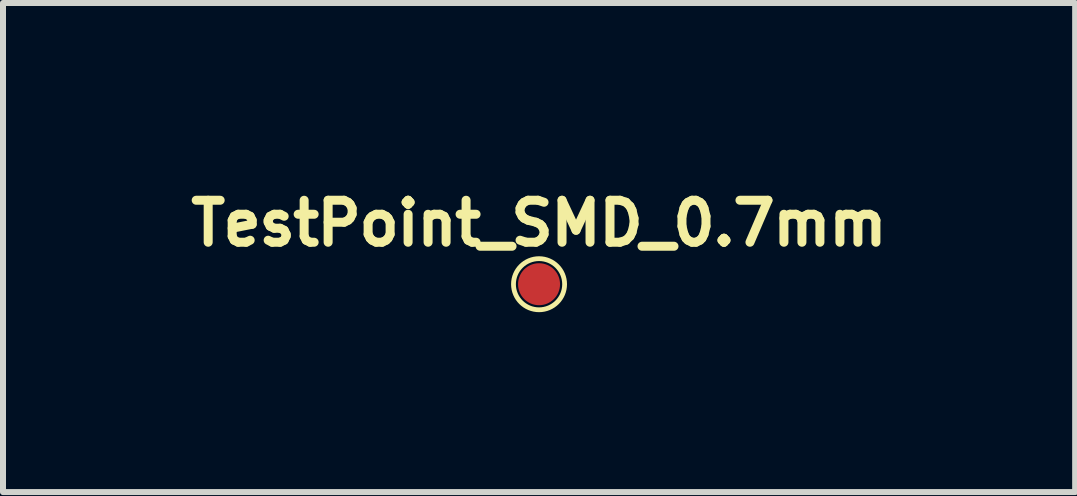
<source format=kicad_pcb>
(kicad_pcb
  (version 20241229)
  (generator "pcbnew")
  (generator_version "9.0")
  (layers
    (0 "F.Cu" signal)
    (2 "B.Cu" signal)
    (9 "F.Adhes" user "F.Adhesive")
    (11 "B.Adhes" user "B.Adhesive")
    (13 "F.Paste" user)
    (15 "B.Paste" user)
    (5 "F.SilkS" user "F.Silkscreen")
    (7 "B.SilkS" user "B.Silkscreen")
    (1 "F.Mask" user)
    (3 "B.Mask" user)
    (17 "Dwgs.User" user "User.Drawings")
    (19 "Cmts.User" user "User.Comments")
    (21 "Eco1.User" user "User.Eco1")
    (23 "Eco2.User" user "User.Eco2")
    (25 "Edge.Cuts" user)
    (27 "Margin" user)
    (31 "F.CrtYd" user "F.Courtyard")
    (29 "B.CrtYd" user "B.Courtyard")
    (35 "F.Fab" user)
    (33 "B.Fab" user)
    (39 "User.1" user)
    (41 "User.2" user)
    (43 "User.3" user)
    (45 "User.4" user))
  (footprint "TestPoint_SMD_0.7mm"
    (layer "F.Cu")
    (at 5.938 1.689)
    (property "Reference" "TestPoint_SMD_0.7mm" (at 0 -1.016 0) (layer "F.SilkS") (effects (font (size 0.7 0.7) (thickness 0.15))))
    (attr through_hole)
    (fp_circle (center 0 0) (end 0.191 -0.381) (stroke (width 0.08) (type solid)) (fill no) (layer "F.SilkS"))
    (pad "1" smd circle (at 0 0) (size 0.7 0.7) (layers "F.Cu" "F.Mask" "F.Paste")))
  (gr_rect
    (start -3 -3)
    (end 14.877 5.155)
    (stroke (width 0.1) (type default))
    (fill no)
    (layer "Edge.Cuts")))
</source>
